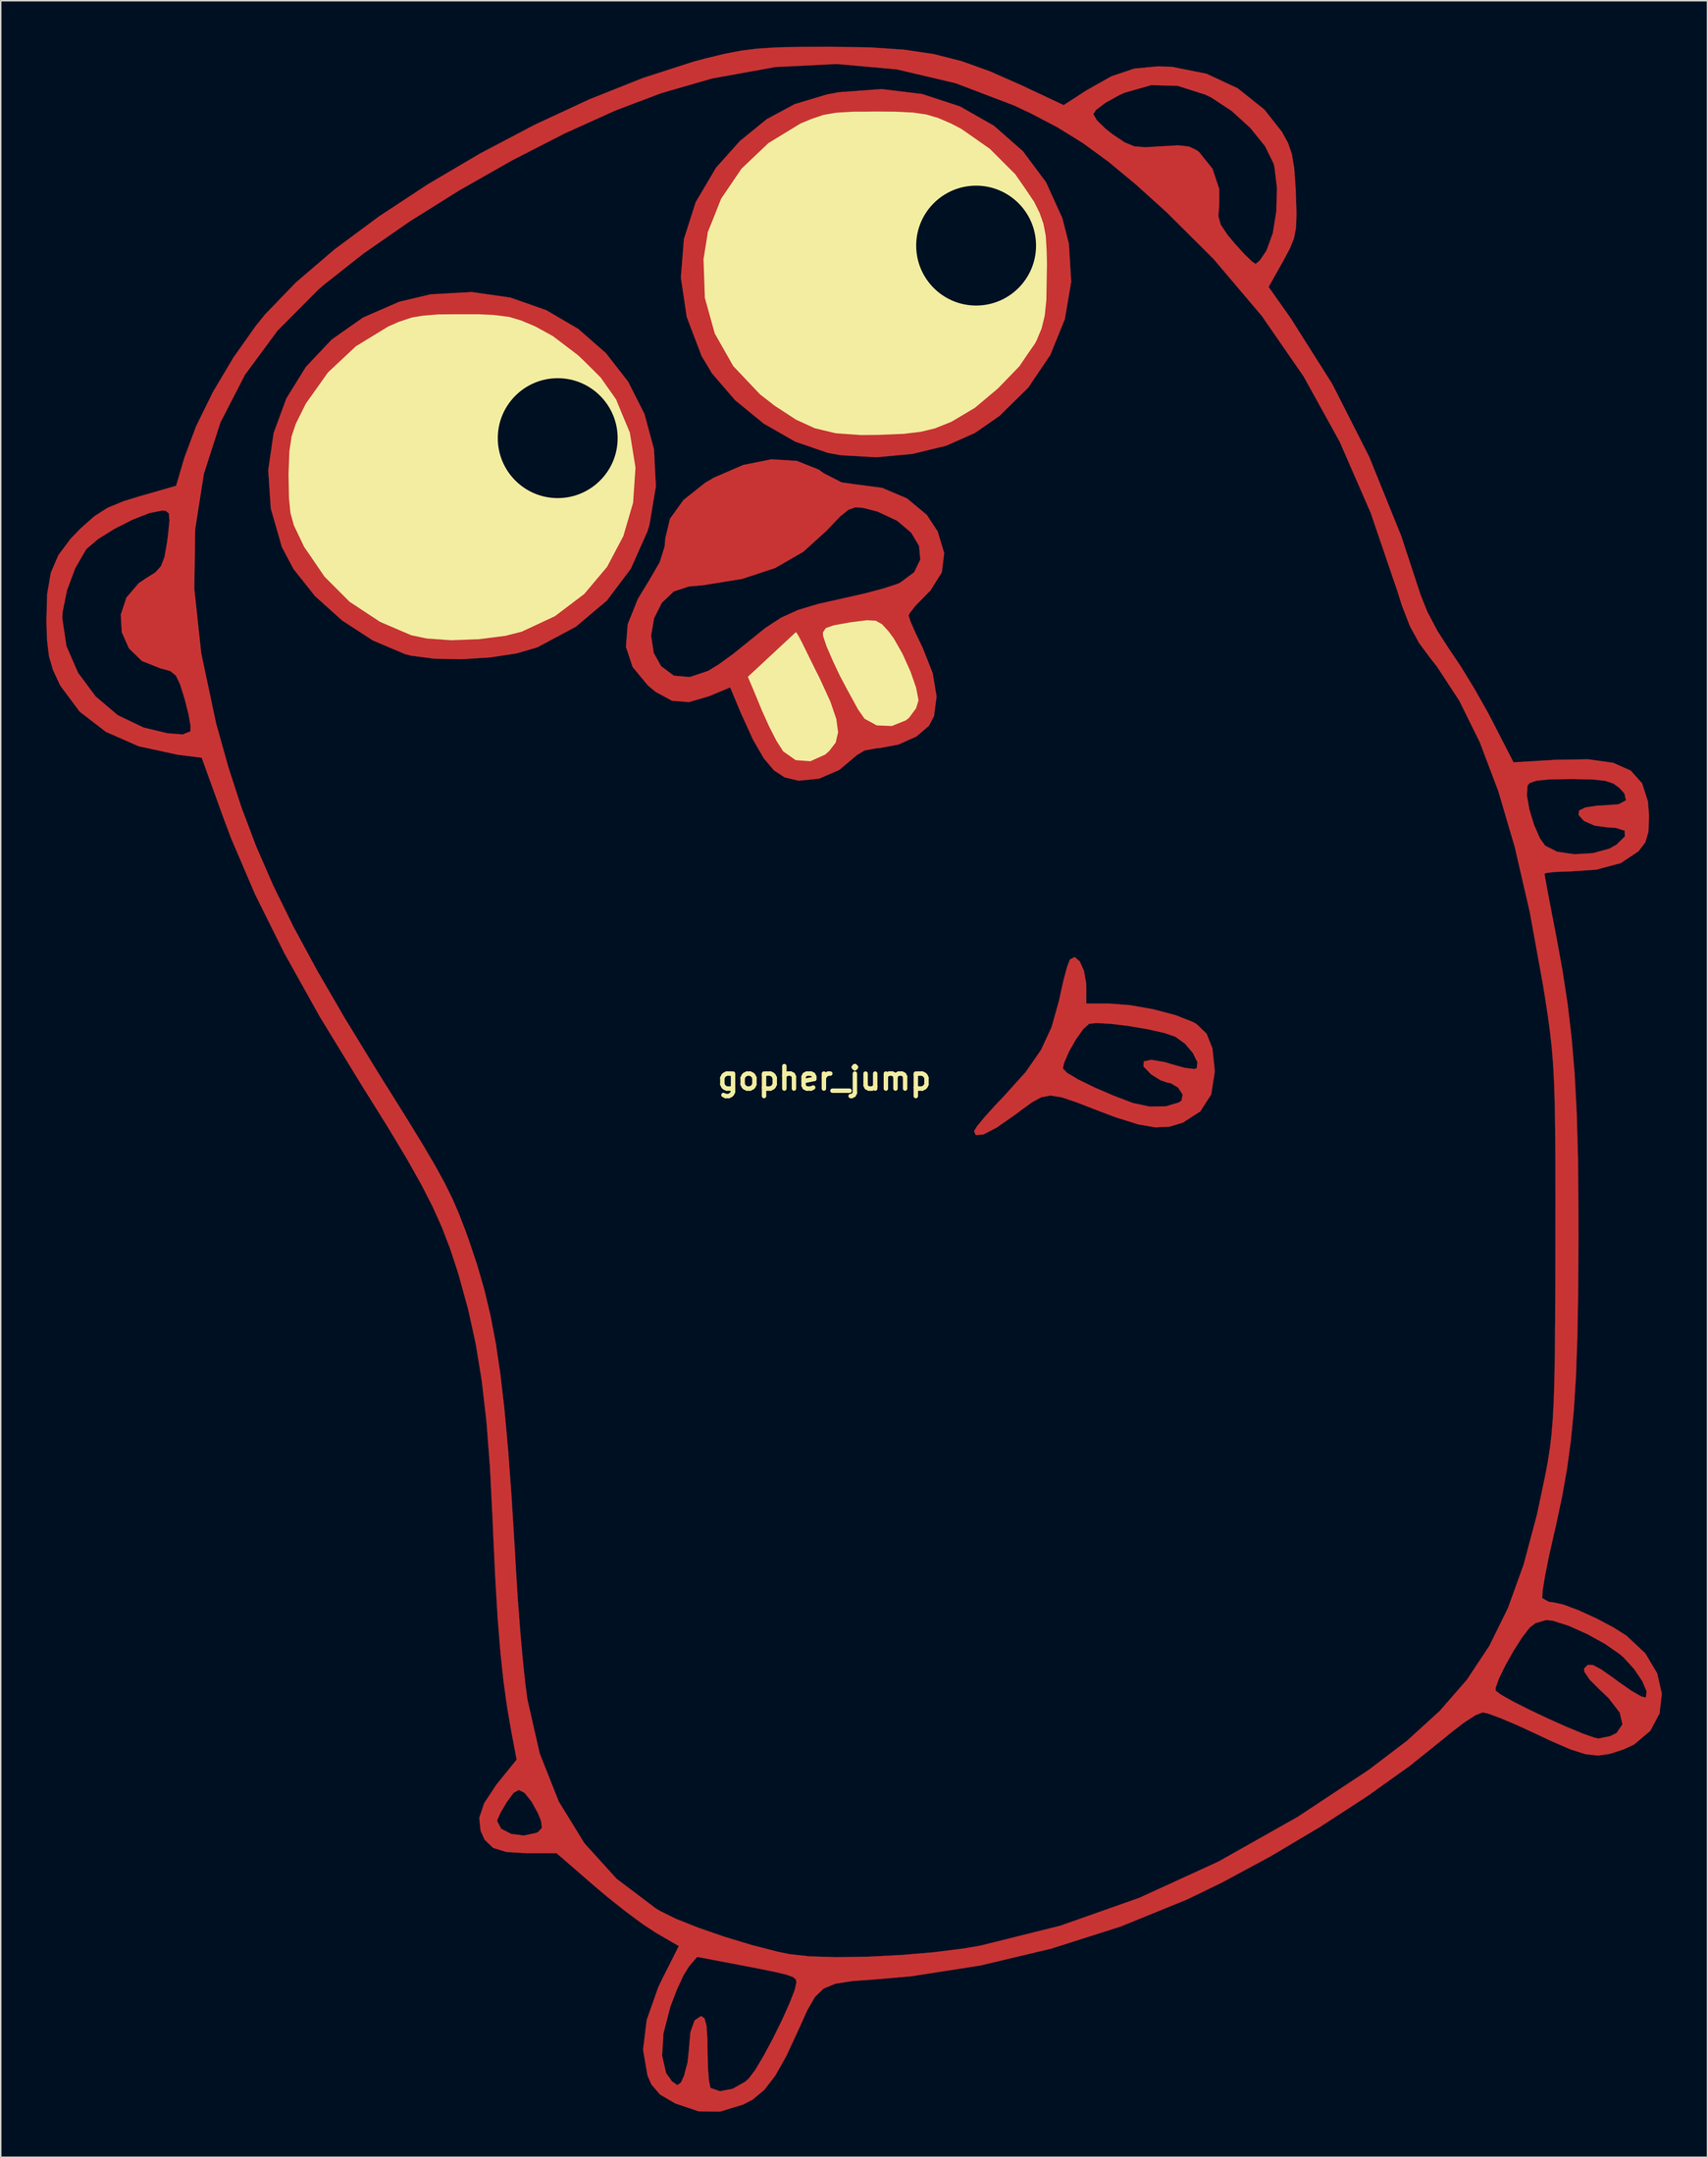
<source format=kicad_pcb>
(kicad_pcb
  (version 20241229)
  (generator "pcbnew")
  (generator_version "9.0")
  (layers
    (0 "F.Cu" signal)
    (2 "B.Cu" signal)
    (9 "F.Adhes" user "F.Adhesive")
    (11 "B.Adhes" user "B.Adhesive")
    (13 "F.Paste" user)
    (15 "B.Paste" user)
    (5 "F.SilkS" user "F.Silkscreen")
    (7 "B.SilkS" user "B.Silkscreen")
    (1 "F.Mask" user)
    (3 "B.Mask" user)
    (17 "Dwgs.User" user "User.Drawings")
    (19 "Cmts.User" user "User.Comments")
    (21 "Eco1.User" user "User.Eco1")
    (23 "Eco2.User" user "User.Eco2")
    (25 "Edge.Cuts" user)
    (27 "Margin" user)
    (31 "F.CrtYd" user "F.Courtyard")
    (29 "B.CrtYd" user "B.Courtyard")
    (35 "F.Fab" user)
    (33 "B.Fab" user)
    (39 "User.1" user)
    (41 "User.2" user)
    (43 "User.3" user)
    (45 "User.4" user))
  (footprint "gopher_jump"
    (layer "F.Cu")
    (at 52.93 70.15)
    (property "Reference" "gopher_jump" (at 0 0 0) (layer "F.SilkS") (effects (font (size 1.524 1.524) (thickness 0.3))))
    (attr through_hole)
    (fp_poly (pts (xy -21.318 -52.999) (xy -18.888 -52.144) (xy -16.711 -50.869) (xy -14.84 -49.231) (xy -13.325 -47.287) (xy -12.219 -45.095) (xy -11.575 -42.71) (xy -11.445 -40.191) (xy -11.879 -37.593) (xy -12.02 -37.126) (xy -13.147 -34.597) (xy -14.771 -32.438) (xy -16.881 -30.66) (xy -19.466 -29.276) (xy -19.526 -29.251) (xy -20.921 -28.846) (xy -22.701 -28.577) (xy -24.637 -28.454) (xy -26.502 -28.49) (xy -28.067 -28.694) (xy -28.484 -28.803) (xy -30.665 -29.73) (xy -32.747 -31.083) (xy -34.589 -32.738) (xy -36.049 -34.575) (xy -36.84 -36.073) (xy -37.592 -38.691) (xy -37.731 -40.783) (xy -36.354 -40.783) (xy -36.331 -39.411) (xy -36.229 -38.412) (xy -35.999 -37.562) (xy -35.59 -36.639) (xy -35.312 -36.096) (xy -33.961 -34.081) (xy -32.213 -32.349) (xy -30.19 -30.992) (xy -28.012 -30.101) (xy -27.013 -29.875) (xy -25.359 -29.748) (xy -23.458 -29.825) (xy -21.63 -30.081) (xy -20.562 -30.356) (xy -18.271 -31.415) (xy -16.337 -32.905) (xy -14.794 -34.74) (xy -13.678 -36.835) (xy -13.023 -39.104) (xy -12.866 -41.462) (xy -13.241 -43.825) (xy -14.116 -45.986) (xy -15.214 -47.545) (xy -16.727 -49.064) (xy -18.455 -50.361) (xy -19.674 -51.034) (xy -20.58 -51.419) (xy -21.404 -51.66) (xy -22.344 -51.789) (xy -23.6 -51.84) (xy -24.606 -51.846) (xy -26.144 -51.828) (xy -27.248 -51.752) (xy -28.119 -51.584) (xy -28.956 -51.29) (xy -29.604 -51.004) (xy -31.797 -49.675) (xy -33.701 -47.894) (xy -35.183 -45.786) (xy -35.375 -45.422) (xy -35.863 -44.383) (xy -36.157 -43.501) (xy -36.303 -42.55) (xy -36.351 -41.304) (xy -36.354 -40.783) (xy -37.731 -40.783) (xy -37.765 -41.29) (xy -37.399 -43.802) (xy -36.532 -46.16) (xy -35.206 -48.298) (xy -33.458 -50.149) (xy -31.329 -51.645) (xy -28.858 -52.721) (xy -26.729 -53.222) (xy -23.949 -53.377) (xy -21.318 -52.999)) (stroke (width 0.01) (type solid)) (fill yes) (layer "F.Cu"))
    (fp_poly (pts (xy 6.638 -66.817) (xy 9.205 -65.974) (xy 11.506 -64.666) (xy 13.475 -62.937) (xy 15.048 -60.828) (xy 16.158 -58.383) (xy 16.598 -56.653) (xy 16.756 -54.075) (xy 16.322 -51.534) (xy 15.339 -49.114) (xy 13.846 -46.898) (xy 11.887 -44.971) (xy 10.223 -43.815) (xy 8.278 -42.949) (xy 5.976 -42.389) (xy 3.525 -42.163) (xy 1.13 -42.298) (xy 0.237 -42.459) (xy -1.976 -43.22) (xy -4.128 -44.452) (xy -6.064 -46.036) (xy -7.628 -47.852) (xy -8.335 -49.026) (xy -9.347 -51.684) (xy -9.745 -54.35) (xy -9.644 -55.641) (xy -8.189 -55.641) (xy -8.094 -52.972) (xy -7.422 -50.55) (xy -6.171 -48.375) (xy -4.342 -46.445) (xy -3.326 -45.654) (xy -1.922 -44.746) (xy -0.619 -44.156) (xy 0.782 -43.828) (xy 2.479 -43.709) (xy 3.821 -43.718) (xy 5.396 -43.784) (xy 6.553 -43.918) (xy 7.511 -44.159) (xy 8.485 -44.548) (xy 8.618 -44.609) (xy 10.212 -45.558) (xy 11.81 -46.877) (xy 13.222 -48.383) (xy 14.258 -49.894) (xy 14.377 -50.127) (xy 14.71 -50.928) (xy 14.92 -51.78) (xy 15.032 -52.854) (xy 15.072 -54.319) (xy 15.074 -54.685) (xy 15.061 -56.163) (xy 14.992 -57.221) (xy 14.836 -58.034) (xy 14.561 -58.779) (xy 14.218 -59.476) (xy 12.947 -61.347) (xy 11.238 -63.056) (xy 9.287 -64.418) (xy 8.585 -64.778) (xy 7.708 -65.154) (xy 6.913 -65.393) (xy 6.013 -65.525) (xy 4.819 -65.582) (xy 3.493 -65.592) (xy 1.922 -65.576) (xy 0.797 -65.509) (xy -0.07 -65.359) (xy -0.868 -65.097) (xy -1.627 -64.766) (xy -3.789 -63.452) (xy -5.606 -61.715) (xy -6.999 -59.663) (xy -7.893 -57.402) (xy -8.189 -55.641) (xy -9.644 -55.641) (xy -9.54 -56.967) (xy -8.741 -59.475) (xy -7.359 -61.817) (xy -5.735 -63.63) (xy -3.914 -65.112) (xy -2.027 -66.126) (xy 0.151 -66.783) (xy 0.963 -66.938) (xy 3.869 -67.153) (xy 6.638 -66.817)) (stroke (width 0.01) (type solid)) (fill yes) (layer "F.Cu"))
    (fp_poly (pts (xy 17.337 -7.939) (xy 17.621 -7.305) (xy 17.772 -6.462) (xy 17.78 -6.218) (xy 17.78 -5.08) (xy 19.301 -5.08) (xy 20.734 -4.974) (xy 22.324 -4.694) (xy 23.831 -4.296) (xy 25.011 -3.835) (xy 25.253 -3.7) (xy 25.945 -3.041) (xy 26.346 -2.041) (xy 26.496 -0.593) (xy 26.499 -0.419) (xy 26.263 1.091) (xy 25.521 2.24) (xy 24.343 2.999) (xy 23.438 3.276) (xy 22.469 3.322) (xy 21.301 3.119) (xy 19.799 2.648) (xy 18.63 2.208) (xy 17.15 1.634) (xy 16.107 1.283) (xy 15.349 1.163) (xy 14.723 1.277) (xy 14.076 1.633) (xy 13.253 2.236) (xy 13.014 2.416) (xy 11.717 3.325) (xy 10.8 3.804) (xy 10.281 3.848) (xy 10.16 3.587) (xy 10.362 3.25) (xy 10.906 2.592) (xy 11.694 1.725) (xy 12.189 1.208) (xy 13.659 -0.423) (xy 13.834 -0.674) (xy 16.192 -0.674) (xy 16.468 -0.383) (xy 17.213 0.062) (xy 18.303 0.598) (xy 19.615 1.164) (xy 20.933 1.668) (xy 22.06 1.909) (xy 23.184 1.895) (xy 24.056 1.64) (xy 24.249 1.501) (xy 24.321 1.093) (xy 24.015 0.623) (xy 23.508 0.322) (xy 23.333 0.299) (xy 22.814 0.123) (xy 22.181 -0.278) (xy 21.662 -0.815) (xy 21.688 -1.154) (xy 22.192 -1.262) (xy 23.109 -1.106) (xy 23.56 -0.968) (xy 24.46 -0.718) (xy 25.105 -0.638) (xy 25.277 -0.681) (xy 25.328 -1.1) (xy 25.021 -1.721) (xy 24.48 -2.359) (xy 23.83 -2.828) (xy 23.824 -2.831) (xy 23.068 -3.087) (xy 21.956 -3.337) (xy 20.689 -3.553) (xy 19.464 -3.703) (xy 18.481 -3.759) (xy 17.977 -3.708) (xy 17.578 -3.353) (xy 17.077 -2.65) (xy 16.6 -1.811) (xy 16.27 -1.046) (xy 16.192 -0.674) (xy 13.834 -0.674) (xy 14.7 -1.919) (xy 15.421 -3.468) (xy 15.926 -5.261) (xy 15.997 -5.598) (xy 16.242 -6.693) (xy 16.482 -7.578) (xy 16.668 -8.066) (xy 16.672 -8.074) (xy 16.995 -8.238) (xy 17.337 -7.939)) (stroke (width 0.01) (type solid)) (fill yes) (layer "F.Cu"))
    (fp_poly (pts (xy -1.874 -41.916) (xy -0.397 -41.327) (xy -0.043 -41.076) (xy 1.163 -40.457) (xy 1.983 -40.341) (xy 3.911 -40.087) (xy 5.606 -39.368) (xy 6.95 -38.25) (xy 7.689 -37.126) (xy 8.131 -35.662) (xy 7.974 -34.355) (xy 7.203 -33.127) (xy 6.811 -32.727) (xy 6.171 -32.071) (xy 5.776 -31.563) (xy 5.715 -31.413) (xy 5.843 -31.019) (xy 6.178 -30.251) (xy 6.649 -29.273) (xy 6.667 -29.237) (xy 7.353 -27.5) (xy 7.614 -25.922) (xy 7.442 -24.601) (xy 7.102 -23.941) (xy 6.249 -23.211) (xy 5.033 -22.665) (xy 3.723 -22.416) (xy 3.542 -22.412) (xy 2.728 -22.261) (xy 2.21 -21.95) (xy 1.014 -20.943) (xy -0.36 -20.347) (xy -1.752 -20.21) (xy -2.699 -20.434) (xy -3.42 -20.902) (xy -4.121 -21.732) (xy -4.85 -22.996) (xy -5.658 -24.769) (xy -5.692 -24.85) (xy -6.4 -26.541) (xy -7.832 -25.945) (xy -9.191 -25.545) (xy -10.342 -25.632) (xy -11.459 -26.236) (xy -11.992 -26.68) (xy -13.021 -27.924) (xy -13.476 -29.295) (xy -13.417 -30.05) (xy -11.769 -30.05) (xy -11.59 -28.875) (xy -11.089 -27.98) (xy -10.225 -27.336) (xy -9.149 -27.241) (xy -9.1 -27.257) (xy -5.163 -27.257) (xy -4.261 -25.094) (xy -3.745 -23.946) (xy -3.223 -22.936) (xy -2.802 -22.265) (xy -2.768 -22.223) (xy -1.928 -21.632) (xy -0.94 -21.563) (xy 0.039 -22.015) (xy 0.306 -22.251) (xy 0.725 -22.819) (xy 0.885 -23.497) (xy 0.771 -24.379) (xy 0.366 -25.557) (xy -0.346 -27.127) (xy -0.623 -27.688) (xy -1.907 -30.267) (xy -0.064 -30.267) (xy -0.05 -30.032) (xy 0.167 -29.368) (xy 0.599 -28.368) (xy 1.158 -27.204) (xy 1.756 -26.052) (xy 2.307 -25.086) (xy 2.722 -24.481) (xy 2.757 -24.443) (xy 3.571 -23.996) (xy 4.577 -23.964) (xy 5.516 -24.341) (xy 5.715 -24.504) (xy 6.19 -25.15) (xy 6.35 -25.688) (xy 6.199 -26.506) (xy 5.807 -27.615) (xy 5.271 -28.797) (xy 4.684 -29.834) (xy 4.335 -30.311) (xy 3.888 -30.794) (xy 3.473 -31.027) (xy 2.881 -31.059) (xy 1.903 -30.937) (xy 1.714 -30.909) (xy 0.666 -30.726) (xy 0.118 -30.534) (xy -0.064 -30.267) (xy -1.907 -30.267) (xy -1.925 -30.304) (xy -5.163 -27.257) (xy -9.1 -27.257) (xy -7.909 -27.655) (xy -7.189 -28.093) (xy -6.223 -28.791) (xy -5.239 -29.584) (xy -4.023 -30.566) (xy -2.945 -31.271) (xy -1.812 -31.788) (xy -0.431 -32.206) (xy 1.326 -32.599) (xy 2.721 -32.914) (xy 3.981 -33.248) (xy 4.902 -33.546) (xy 5.13 -33.642) (xy 6.091 -34.352) (xy 6.51 -35.213) (xy 6.428 -36.14) (xy 5.888 -37.05) (xy 4.929 -37.857) (xy 3.595 -38.478) (xy 2.627 -38.726) (xy 2.103 -38.765) (xy 1.63 -38.601) (xy 1.066 -38.144) (xy 0.268 -37.309) (xy 0.185 -37.217) (xy -1.442 -35.741) (xy -3.334 -34.65) (xy -5.584 -33.905) (xy -8.285 -33.47) (xy -9.197 -33.394) (xy -10.231 -33.054) (xy -11.039 -32.286) (xy -11.568 -31.236) (xy -11.769 -30.05) (xy -13.417 -30.05) (xy -13.356 -30.827) (xy -12.662 -32.555) (xy -11.923 -33.767) (xy -11.185 -35.033) (xy -10.847 -36.113) (xy -10.803 -36.67) (xy -10.484 -37.992) (xy -9.57 -39.261) (xy -8.101 -40.426) (xy -7.497 -40.781) (xy -5.509 -41.64) (xy -3.607 -42.02) (xy -1.874 -41.916)) (stroke (width 0.01) (type solid)) (fill yes) (layer "F.Cu"))
    (fp_poly (pts (xy 3.095 -69.983) (xy 5.41 -69.827) (xy 7.426 -69.527) (xy 9.31 -69.049) (xy 11.228 -68.361) (xy 13.346 -67.427) (xy 13.412 -67.397) (xy 16.245 -66.064) (xy 17.806 -67.075) (xy 19.481 -68.019) (xy 21.022 -68.539) (xy 22.661 -68.697) (xy 23.635 -68.657) (xy 25.944 -68.193) (xy 28.062 -67.206) (xy 29.869 -65.766) (xy 31.06 -64.256) (xy 31.474 -63.505) (xy 31.74 -62.739) (xy 31.899 -61.778) (xy 31.993 -60.44) (xy 32.01 -60.073) (xy 32.052 -58.715) (xy 32.023 -57.765) (xy 31.886 -57.035) (xy 31.606 -56.336) (xy 31.147 -55.48) (xy 31.144 -55.474) (xy 30.16 -53.723) (xy 31.665 -51.592) (xy 34.481 -47.138) (xy 36.989 -42.198) (xy 39.166 -36.816) (xy 40.486 -32.802) (xy 40.937 -31.678) (xy 41.63 -30.363) (xy 42.417 -29.141) (xy 42.43 -29.123) (xy 43.219 -27.951) (xy 44.119 -26.479) (xy 44.984 -24.952) (xy 45.326 -24.304) (xy 46.791 -21.453) (xy 49.669 -21.628) (xy 51.877 -21.658) (xy 53.554 -21.423) (xy 54.75 -20.891) (xy 55.519 -20.032) (xy 55.913 -18.812) (xy 55.992 -17.817) (xy 55.951 -16.741) (xy 55.739 -16.023) (xy 55.286 -15.431) (xy 55.258 -15.403) (xy 54.07 -14.616) (xy 52.399 -14.168) (xy 50.562 -14.046) (xy 49.63 -14.018) (xy 49.025 -13.948) (xy 48.895 -13.886) (xy 48.949 -13.55) (xy 49.099 -12.738) (xy 49.321 -11.566) (xy 49.596 -10.145) (xy 49.668 -9.777) (xy 50.108 -7.373) (xy 50.462 -5.063) (xy 50.736 -2.743) (xy 50.94 -0.31) (xy 51.08 2.343) (xy 51.164 5.32) (xy 51.199 8.724) (xy 51.201 11.056) (xy 51.178 14.575) (xy 51.124 17.59) (xy 51.03 20.193) (xy 50.888 22.478) (xy 50.69 24.537) (xy 50.428 26.465) (xy 50.095 28.353) (xy 49.683 30.295) (xy 49.513 31.027) (xy 49.181 32.503) (xy 48.928 33.773) (xy 48.773 34.723) (xy 48.739 35.237) (xy 48.752 35.285) (xy 49.19 35.528) (xy 49.469 35.563) (xy 50.17 35.714) (xy 51.214 36.106) (xy 52.411 36.651) (xy 53.572 37.266) (xy 54.452 37.822) (xy 55.737 39.024) (xy 56.54 40.371) (xy 56.862 41.764) (xy 56.707 43.102) (xy 56.076 44.286) (xy 54.972 45.216) (xy 54.28 45.54) (xy 53.35 45.845) (xy 52.529 45.963) (xy 51.674 45.869) (xy 50.637 45.537) (xy 49.272 44.944) (xy 48.387 44.525) (xy 47.068 43.915) (xy 45.913 43.425) (xy 45.064 43.113) (xy 44.703 43.031) (xy 44.209 43.224) (xy 43.415 43.736) (xy 42.472 44.466) (xy 42.235 44.667) (xy 39.759 46.654) (xy 36.839 48.738) (xy 33.631 50.821) (xy 30.291 52.805) (xy 26.976 54.592) (xy 24.606 55.741) (xy 20.125 57.565) (xy 15.392 59.072) (xy 10.584 60.214) (xy 5.883 60.947) (xy 3.539 61.151) (xy 1.894 61.27) (xy 0.743 61.45) (xy -0.057 61.78) (xy -0.646 62.351) (xy -1.165 63.25) (xy -1.713 64.47) (xy -2.57 66.326) (xy -3.338 67.692) (xy -4.084 68.658) (xy -4.874 69.315) (xy -5.507 69.647) (xy -7.085 70.13) (xy -8.538 70.113) (xy -10.089 69.59) (xy -10.172 69.551) (xy -11.158 68.977) (xy -11.74 68.303) (xy -12.013 67.684) (xy -12.242 66.338) (xy -11.023 66.338) (xy -10.751 67.515) (xy -10.356 68.075) (xy -9.987 68.336) (xy -9.737 68.153) (xy -9.538 67.716) (xy -9.291 66.79) (xy -9.203 65.946) (xy -9.098 64.735) (xy -8.816 63.942) (xy -8.388 63.65) (xy -8.377 63.649) (xy -8.145 63.796) (xy -8.007 64.298) (xy -7.945 65.251) (xy -7.938 65.99) (xy -7.912 67.121) (xy -7.845 68.008) (xy -7.75 68.493) (xy -7.726 68.53) (xy -7.091 68.748) (xy -6.236 68.586) (xy -5.376 68.1) (xy -5.128 67.877) (xy -4.694 67.296) (xy -4.127 66.346) (xy -3.501 65.178) (xy -2.891 63.943) (xy -2.372 62.79) (xy -2.016 61.869) (xy -1.899 61.354) (xy -1.94 61.163) (xy -2.124 61.004) (xy -2.55 60.846) (xy -3.321 60.659) (xy -4.538 60.412) (xy -5.828 60.164) (xy -8.64 59.629) (xy -9.194 60.273) (xy -9.566 60.874) (xy -10.017 61.846) (xy -10.453 62.981) (xy -10.471 63.034) (xy -10.93 64.815) (xy -11.023 66.338) (xy -12.242 66.338) (xy -12.313 65.925) (xy -12.067 63.914) (xy -11.284 61.693) (xy -10.995 61.091) (xy -9.887 58.894) (xy -11.436 57.997) (xy -12.333 57.407) (xy -13.509 56.537) (xy -14.784 55.522) (xy -15.585 54.846) (xy -18.185 52.593) (xy -20.182 52.593) (xy -21.583 52.513) (xy -22.501 52.228) (xy -23.072 51.675) (xy -23.344 51.075) (xy -23.414 50.402) (xy -22.225 50.402) (xy -21.951 50.933) (xy -21.271 51.283) (xy -20.404 51.395) (xy -19.565 51.212) (xy -19.423 51.138) (xy -19.182 50.867) (xy -19.243 50.393) (xy -19.454 49.872) (xy -19.89 49.082) (xy -20.354 48.509) (xy -20.397 48.473) (xy -20.765 48.299) (xy -21.114 48.502) (xy -21.557 49.106) (xy -21.983 49.82) (xy -22.212 50.329) (xy -22.225 50.402) (xy -23.414 50.402) (xy -23.436 50.193) (xy -23.102 49.197) (xy -22.303 47.983) (xy -22.038 47.648) (xy -20.898 46.242) (xy -21.245 44.412) (xy -21.544 42.686) (xy -21.795 40.878) (xy -22.006 38.891) (xy -22.187 36.626) (xy -22.346 33.986) (xy -22.492 30.87) (xy -22.527 30.013) (xy -22.708 26.4) (xy -22.949 23.271) (xy -23.267 20.514) (xy -23.676 18.015) (xy -24.194 15.663) (xy -24.835 13.344) (xy -24.941 12.999) (xy -25.428 11.528) (xy -25.964 10.131) (xy -26.599 8.715) (xy -27.38 7.188) (xy -28.355 5.456) (xy -29.571 3.429) (xy -31.077 1.013) (xy -31.433 0.448) (xy -34.271 -4.2) (xy -36.672 -8.5) (xy -38.666 -12.511) (xy -40.284 -16.291) (xy -40.806 -17.681) (xy -42.283 -21.765) (xy -43.922 -21.973) (xy -46.565 -22.545) (xy -48.791 -23.525) (xy -50.569 -24.894) (xy -51.866 -26.634) (xy -51.938 -26.769) (xy -52.386 -27.738) (xy -52.653 -28.659) (xy -52.786 -29.757) (xy -52.828 -31.015) (xy -52.822 -31.234) (xy -51.753 -31.234) (xy -51.469 -29.346) (xy -50.682 -27.535) (xy -49.487 -25.928) (xy -47.977 -24.649) (xy -46.248 -23.824) (xy -46.152 -23.796) (xy -44.622 -23.428) (xy -43.58 -23.346) (xy -43.058 -23.551) (xy -43.052 -23.561) (xy -43.044 -23.959) (xy -43.186 -24.754) (xy -43.431 -25.715) (xy -43.749 -26.744) (xy -44.035 -27.338) (xy -44.404 -27.644) (xy -44.972 -27.808) (xy -45.081 -27.83) (xy -46.344 -28.333) (xy -47.228 -29.197) (xy -47.712 -30.29) (xy -47.776 -31.48) (xy -47.397 -32.634) (xy -46.892 -33.226) (xy -42.787 -33.226) (xy -42.318 -28.865) (xy -41.325 -24.179) (xy -41.272 -23.976) (xy -40.468 -21.108) (xy -39.586 -18.395) (xy -38.585 -15.749) (xy -37.424 -13.083) (xy -36.062 -10.309) (xy -34.456 -7.34) (xy -32.568 -4.089) (xy -30.354 -0.469) (xy -29.678 0.61) (xy -28.336 2.756) (xy -27.275 4.488) (xy -26.443 5.902) (xy -25.79 7.093) (xy -25.265 8.157) (xy -24.816 9.19) (xy -24.394 10.287) (xy -24.142 10.986) (xy -23.578 12.669) (xy -23.092 14.349) (xy -22.675 16.098) (xy -22.315 17.987) (xy -22.003 20.09) (xy -21.727 22.479) (xy -21.478 25.226) (xy -21.245 28.403) (xy -21.018 32.084) (xy -20.949 33.319) (xy -20.819 35.385) (xy -20.66 37.467) (xy -20.488 39.407) (xy -20.315 41.05) (xy -20.168 42.158) (xy -19.332 45.826) (xy -18.042 49.079) (xy -16.301 51.914) (xy -14.109 54.331) (xy -11.466 56.327) (xy -11.159 56.514) (xy -10.072 57.051) (xy -8.548 57.656) (xy -6.77 58.27) (xy -4.919 58.83) (xy -3.179 59.277) (xy -2.381 59.443) (xy -1.012 59.595) (xy 0.819 59.651) (xy 2.947 59.618) (xy 5.21 59.503) (xy 7.444 59.314) (xy 9.484 59.057) (xy 10.595 58.865) (xy 16.013 57.515) (xy 21.39 55.618) (xy 26.752 53.162) (xy 32.126 50.134) (xy 36.968 46.93) (xy 39.581 44.942) (xy 41.781 42.936) (xy 42.981 41.558) (xy 45.575 41.558) (xy 45.962 41.847) (xy 46.784 42.306) (xy 47.894 42.866) (xy 49.146 43.459) (xy 50.393 44.016) (xy 51.488 44.47) (xy 52.283 44.751) (xy 52.565 44.808) (xy 53.359 44.646) (xy 53.794 44.427) (xy 54.19 43.843) (xy 54.004 43.048) (xy 53.245 42.06) (xy 52.632 41.481) (xy 51.97 40.817) (xy 51.603 40.279) (xy 51.581 40.061) (xy 51.827 39.815) (xy 52.174 39.817) (xy 52.738 40.111) (xy 53.635 40.742) (xy 53.948 40.975) (xy 54.805 41.574) (xy 55.464 41.953) (xy 55.778 42.031) (xy 55.828 41.602) (xy 55.529 40.901) (xy 54.975 40.082) (xy 54.26 39.302) (xy 54.036 39.105) (xy 53.017 38.392) (xy 51.782 37.71) (xy 50.532 37.153) (xy 49.468 36.816) (xy 49.024 36.758) (xy 48.288 36.973) (xy 47.886 37.278) (xy 47.365 37.957) (xy 46.789 38.86) (xy 46.244 39.829) (xy 45.812 40.709) (xy 45.579 41.346) (xy 45.575 41.558) (xy 42.981 41.558) (xy 43.62 40.824) (xy 45.148 38.522) (xy 46.417 35.944) (xy 47.477 33.005) (xy 48.381 29.617) (xy 48.956 26.894) (xy 49.124 25.983) (xy 49.261 25.102) (xy 49.371 24.181) (xy 49.456 23.149) (xy 49.521 21.933) (xy 49.568 20.464) (xy 49.599 18.669) (xy 49.619 16.478) (xy 49.63 13.82) (xy 49.635 11.206) (xy 49.638 8.15) (xy 49.634 5.612) (xy 49.62 3.514) (xy 49.593 1.777) (xy 49.548 0.322) (xy 49.482 -0.93) (xy 49.392 -2.058) (xy 49.272 -3.141) (xy 49.12 -4.258) (xy 48.931 -5.487) (xy 48.791 -6.358) (xy 47.892 -11.305) (xy 46.881 -15.684) (xy 45.841 -19.218) (xy 47.697 -19.218) (xy 47.867 -18.251) (xy 48.187 -17.198) (xy 48.589 -16.286) (xy 48.937 -15.798) (xy 49.756 -15.385) (xy 50.916 -15.216) (xy 52.179 -15.288) (xy 53.308 -15.598) (xy 53.776 -15.862) (xy 54.357 -16.429) (xy 54.335 -16.816) (xy 53.713 -17.011) (xy 53.223 -17.033) (xy 52.301 -17.159) (xy 51.575 -17.475) (xy 51.205 -17.886) (xy 51.246 -18.183) (xy 51.678 -18.394) (xy 52.495 -18.515) (xy 52.864 -18.527) (xy 53.943 -18.612) (xy 54.425 -18.877) (xy 54.324 -19.336) (xy 53.987 -19.711) (xy 53.569 -20.017) (xy 53.009 -20.202) (xy 52.15 -20.293) (xy 50.834 -20.32) (xy 50.631 -20.32) (xy 49.232 -20.296) (xy 48.354 -20.211) (xy 47.887 -20.05) (xy 47.741 -19.875) (xy 47.697 -19.218) (xy 45.841 -19.218) (xy 45.752 -19.518) (xy 44.496 -22.831) (xy 43.106 -25.643) (xy 41.575 -27.979) (xy 41.169 -28.49) (xy 40.378 -29.557) (xy 39.762 -30.685) (xy 39.22 -32.079) (xy 38.898 -33.094) (xy 37.092 -38.392) (xy 34.987 -43.218) (xy 32.538 -47.648) (xy 29.696 -51.76) (xy 26.416 -55.628) (xy 23.241 -58.789) (xy 21.125 -60.698) (xy 19.273 -62.233) (xy 17.553 -63.487) (xy 15.833 -64.553) (xy 14.106 -65.458) (xy 18.256 -65.458) (xy 18.492 -65.043) (xy 19.097 -64.452) (xy 19.592 -64.065) (xy 20.393 -63.531) (xy 21.048 -63.265) (xy 21.824 -63.204) (xy 22.852 -63.27) (xy 24.011 -63.333) (xy 24.753 -63.253) (xy 25.283 -62.999) (xy 25.449 -62.87) (xy 26.353 -61.742) (xy 26.812 -60.354) (xy 26.805 -59.242) (xy 26.746 -58.544) (xy 26.905 -57.953) (xy 27.366 -57.262) (xy 27.833 -56.702) (xy 28.51 -55.954) (xy 29.042 -55.44) (xy 29.281 -55.284) (xy 29.564 -55.521) (xy 29.963 -56.108) (xy 30.037 -56.24) (xy 30.45 -57.387) (xy 30.687 -58.869) (xy 30.73 -60.439) (xy 30.56 -61.853) (xy 30.493 -62.116) (xy 29.919 -63.28) (xy 28.92 -64.517) (xy 27.654 -65.669) (xy 26.28 -66.574) (xy 25.876 -66.771) (xy 23.979 -67.376) (xy 22.187 -67.422) (xy 20.381 -66.907) (xy 20.003 -66.734) (xy 19.084 -66.225) (xy 18.452 -65.75) (xy 18.256 -65.458) (xy 14.106 -65.458) (xy 13.98 -65.524) (xy 12.87 -66.044) (xy 8.9 -67.556) (xy 4.899 -68.494) (xy 0.833 -68.858) (xy -3.334 -68.65) (xy -7.635 -67.872) (xy -11.059 -66.885) (xy -14.205 -65.695) (xy -17.634 -64.145) (xy -21.201 -62.318) (xy -24.763 -60.296) (xy -28.175 -58.161) (xy -31.292 -55.997) (xy -33.971 -53.885) (xy -34.377 -53.533) (xy -37.136 -50.758) (xy -39.346 -47.762) (xy -41.012 -44.529) (xy -42.138 -41.04) (xy -42.728 -37.278) (xy -42.787 -33.226) (xy -46.892 -33.226) (xy -46.557 -33.619) (xy -46.049 -33.958) (xy -45.434 -34.343) (xy -45.048 -34.769) (xy -44.808 -35.399) (xy -44.634 -36.395) (xy -44.565 -36.93) (xy -44.471 -37.863) (xy -44.513 -38.348) (xy -44.727 -38.528) (xy -44.962 -38.548) (xy -45.833 -38.374) (xy -46.986 -37.923) (xy -48.214 -37.302) (xy -49.311 -36.616) (xy -50.072 -35.973) (xy -50.156 -35.871) (xy -50.875 -34.626) (xy -51.436 -33.116) (xy -51.731 -31.65) (xy -51.753 -31.234) (xy -52.822 -31.234) (xy -52.778 -32.875) (xy -52.528 -34.319) (xy -52.017 -35.516) (xy -51.182 -36.634) (xy -50.498 -37.338) (xy -49.572 -38.159) (xy -48.682 -38.729) (xy -47.588 -39.18) (xy -46.501 -39.514) (xy -44.022 -40.224) (xy -43.454 -42.15) (xy -42.665 -44.265) (xy -41.521 -46.59) (xy -40.132 -48.927) (xy -38.61 -51.081) (xy -37.972 -51.866) (xy -35.889 -54.024) (xy -33.285 -56.253) (xy -30.262 -58.497) (xy -26.918 -60.697) (xy -23.353 -62.796) (xy -19.667 -64.735) (xy -15.96 -66.457) (xy -12.331 -67.903) (xy -8.88 -69.017) (xy -8.001 -69.251) (xy -6.744 -69.552) (xy -5.634 -69.764) (xy -4.512 -69.903) (xy -3.221 -69.984) (xy -1.6 -70.02) (xy 0.318 -70.028) (xy 3.095 -69.983)) (stroke (width 0.01) (type solid)) (fill yes) (layer "F.Cu"))
    (fp_poly (pts (xy -20.76 48.33) (xy -20.39 48.5) (xy -19.98 49.01) (xy -19.92 49.09) (xy -19.5 49.84) (xy -19.26 50.39) (xy -19.2 50.86) (xy -19.42 51.11) (xy -19.56 51.2) (xy -20.41 51.38) (xy -21.28 51.27) (xy -21.94 50.92) (xy -22.21 50.41) (xy -22.2 50.32) (xy -21.96 49.81) (xy -21.54 49.1) (xy -21.1 48.5)) (stroke (width 0.1) (type solid)) (fill yes) (layer "F.Mask"))
    (fp_poly (pts (xy 47.9 -20.04) (xy 48.35 -20.2) (xy 49.2 -20.28) (xy 50.04 -20.3) (xy 51.39 -20.29) (xy 52.17 -20.29) (xy 53.01 -20.19) (xy 53.56 -20.01) (xy 53.98 -19.7) (xy 54.31 -19.33) (xy 54.41 -18.89) (xy 53.96 -18.63) (xy 53.93 -18.62) (xy 53.28 -18.57) (xy 52.49 -18.53) (xy 51.67 -18.4) (xy 51.24 -18.19) (xy 51.2 -17.89) (xy 51.2 -17.88) (xy 51.57 -17.47) (xy 52.3 -17.15) (xy 53.18 -17.03) (xy 53.23 -17.02) (xy 53.72 -17) (xy 54.32 -16.81) (xy 54.35 -16.43) (xy 53.78 -15.88) (xy 53.3 -15.61) (xy 52.17 -15.3) (xy 50.92 -15.23) (xy 49.75 -15.4) (xy 48.95 -15.81) (xy 48.6 -16.3) (xy 48.2 -17.19) (xy 47.88 -18.27) (xy 47.71 -19.24) (xy 47.75 -19.87)) (stroke (width 0.1) (type solid)) (fill yes) (layer "F.Mask"))
    (fp_poly (pts (xy 17.98 -3.69) (xy 18.48 -3.75) (xy 19.46 -3.69) (xy 20.74 -3.53) (xy 21.95 -3.33) (xy 23.07 -3.08) (xy 23.83 -2.82) (xy 24.47 -2.35) (xy 25.01 -1.72) (xy 25.32 -1.1) (xy 25.27 -0.69) (xy 25.11 -0.65) (xy 24.47 -0.73) (xy 23.85 -0.9) (xy 23.13 -1.11) (xy 22.19 -1.27) (xy 21.68 -1.16) (xy 21.65 -0.81) (xy 22.17 -0.27) (xy 22.81 0.13) (xy 23.33 0.31) (xy 23.51 0.33) (xy 24.01 0.63) (xy 24.31 1.09) (xy 24.31 1.1) (xy 24.26 1.4) (xy 24.24 1.5) (xy 24.05 1.63) (xy 23.18 1.89) (xy 22.08 1.9) (xy 20.94 1.66) (xy 19.61 1.15) (xy 18.69 0.75) (xy 18.32 0.59) (xy 17.73 0.3) (xy 17.32 0.1) (xy 17.21 0.05) (xy 16.48 -0.39) (xy 16.2 -0.68) (xy 16.28 -1.05) (xy 16.61 -1.81) (xy 17.06 -2.6) (xy 17.59 -3.35)) (stroke (width 0.1) (type solid)) (fill yes) (layer "F.Mask"))
    (fp_poly (pts (xy -10.24 -33.04) (xy -9.2 -33.38) (xy -8.27 -33.46) (xy -5.58 -33.9) (xy -5.4 -33.96) (xy -5.34 -33.98) (xy -5.28 -34) (xy -5.12 -34.05) (xy -4.54 -34.24) (xy -4.04 -34.41) (xy -3.52 -34.58) (xy -3.33 -34.64) (xy -1.42 -35.73) (xy 0.1 -37.12) (xy 0.64 -37.67) (xy 1.09 -38.15) (xy 1.64 -38.59) (xy 2.11 -38.76) (xy 2.63 -38.72) (xy 3.59 -38.47) (xy 4.93 -37.85) (xy 5.87 -37.04) (xy 6.41 -36.14) (xy 6.5 -35.22) (xy 6.39 -34.99) (xy 6.08 -34.36) (xy 5.12 -33.66) (xy 4.84 -33.54) (xy 4.53 -33.44) (xy 4.03 -33.28) (xy 2.85 -32.97) (xy 2.67 -32.92) (xy 1.26 -32.6) (xy -0.45 -32.22) (xy -1.8 -31.81) (xy -2.96 -31.28) (xy -4.03 -30.58) (xy -6 -28.99) (xy -6.26 -28.78) (xy -7.15 -28.14) (xy -7.92 -27.66) (xy -9.16 -27.25) (xy -10.22 -27.36) (xy -11.09 -27.99) (xy -11.58 -28.91) (xy -11.75 -30.06) (xy -11.56 -31.23) (xy -11.03 -32.28)) (stroke (width 0.1) (type solid)) (fill yes) (layer "F.Mask"))
    (fp_poly (pts (xy -8.64 59.67) (xy -7.97 59.77) (xy -6.28 60.1) (xy -4.61 60.42) (xy -3.32 60.67) (xy -2.55 60.86) (xy -2.13 61.02) (xy -1.95 61.17) (xy -1.92 61.34) (xy -2.03 61.86) (xy -2.35 62.71) (xy -3.26 64.64) (xy -3.52 65.18) (xy -3.82 65.75) (xy -4.12 66.3) (xy -4.22 66.47) (xy -4.53 66.99) (xy -4.63 67.17) (xy -5.12 67.85) (xy -5.38 68.09) (xy -6.23 68.57) (xy -7.09 68.73) (xy -7.72 68.52) (xy -7.83 68.02) (xy -7.89 67.12) (xy -7.92 66.16) (xy -7.93 65.41) (xy -7.96 64.85) (xy -8 64.3) (xy -8.14 63.79) (xy -8.37 63.64) (xy -8.39 63.64) (xy -8.82 63.93) (xy -8.83 63.94) (xy -9.11 64.74) (xy -9.17 65.48) (xy -9.25 66.34) (xy -9.3 66.79) (xy -9.55 67.71) (xy -9.74 68.14) (xy -9.75 68.15) (xy -9.99 68.33) (xy -10.35 68.07) (xy -10.74 67.51) (xy -11.01 66.34) (xy -10.91 64.82) (xy -10.48 63.11) (xy -10 61.85) (xy -9.52 60.83) (xy -9.19 60.29)) (stroke (width 0.1) (type solid)) (fill yes) (layer "F.Mask"))
    (fp_poly (pts (xy 47.9 37.29) (xy 48.29 36.98) (xy 49.02 36.77) (xy 49.47 36.83) (xy 50.51 37.15) (xy 51.56 37.63) (xy 51.8 37.73) (xy 52.99 38.39) (xy 54.03 39.12) (xy 54.24 39.3) (xy 54.96 40.08) (xy 55.52 40.91) (xy 55.81 41.6) (xy 55.77 42.02) (xy 55.47 41.94) (xy 55.13 41.75) (xy 54.81 41.57) (xy 54.68 41.48) (xy 54.61 41.43) (xy 54.51 41.36) (xy 54.27 41.19) (xy 53.96 40.97) (xy 53.62 40.72) (xy 53.34 40.52) (xy 53.02 40.29) (xy 52.75 40.1) (xy 52.32 39.88) (xy 52.18 39.81) (xy 51.83 39.81) (xy 51.82 39.81) (xy 51.57 40.06) (xy 51.59 40.28) (xy 51.96 40.83) (xy 52.79 41.64) (xy 53.24 42.07) (xy 53.99 43.05) (xy 54.18 43.84) (xy 53.79 44.42) (xy 53.36 44.64) (xy 52.57 44.8) (xy 52.28 44.74) (xy 51.57 44.49) (xy 50.42 44.01) (xy 49.41 43.55) (xy 48.82 43.28) (xy 47.99 42.89) (xy 47.41 42.6) (xy 46.79 42.28) (xy 46.05 41.87) (xy 45.91 41.79) (xy 45.59 41.55) (xy 45.59 41.34) (xy 45.82 40.71) (xy 46.27 39.82) (xy 46.79 38.89) (xy 47.12 38.37) (xy 47.39 37.95)) (stroke (width 0.1) (type solid)) (fill yes) (layer "F.Mask"))
    (fp_circle (center -18.11 -43.459) (end -14.37 -41.709) (stroke (width 0.12) (type solid)) (fill no) (layer "F.SilkS"))
    (fp_circle (center 10.3 -56.529) (end 14.04 -54.779) (stroke (width 0.12) (type solid)) (fill no) (layer "F.SilkS"))
    (fp_poly (pts (xy -1.935 -30.23) (xy -1.78 -29.97) (xy -1.59 -29.61) (xy -1.04 -28.49) (xy -0.65 -27.7) (xy -0.42 -27.25) (xy 0.01 -26.32) (xy 0.2 -25.9) (xy 0.36 -25.55) (xy 0.76 -24.38) (xy 0.85 -23.71) (xy 0.88 -23.5) (xy 0.72 -22.82) (xy 0.3 -22.27) (xy 0.02 -22.02) (xy -0.96 -21.58) (xy -1.93 -21.65) (xy -2.76 -22.23) (xy -3.22 -22.95) (xy -3.72 -23.93) (xy -4.18 -24.95) (xy -4.76 -26.35) (xy -5.14 -27.25) (xy -4.685 -27.67)) (stroke (width 0.1) (type solid)) (fill yes) (layer "F.SilkS"))
    (fp_poly (pts (xy -0.05 -30.26) (xy 0.13 -30.53) (xy 0.66 -30.71) (xy 1.5 -30.86) (xy 1.77 -30.91) (xy 2.89 -31.05) (xy 3.47 -31.02) (xy 3.88 -30.79) (xy 4.31 -30.32) (xy 4.66 -29.85) (xy 5.11 -29.06) (xy 5.25 -28.81) (xy 5.34 -28.62) (xy 5.8 -27.59) (xy 6.18 -26.5) (xy 6.33 -25.71) (xy 6.34 -25.68) (xy 6.18 -25.15) (xy 5.71 -24.51) (xy 5.51 -24.35) (xy 4.57 -23.97) (xy 3.57 -24.01) (xy 2.76 -24.45) (xy 2.32 -25.08) (xy 1.56 -26.47) (xy 1.1 -27.34) (xy 0.63 -28.33) (xy 0.28 -29.14) (xy 0.18 -29.37) (xy -0.04 -30.04)) (stroke (width 0.1) (type solid)) (fill yes) (layer "F.SilkS"))
    (fp_poly (pts (xy -27.28 -51.72) (xy -26.21 -51.81) (xy -24.9 -51.82) (xy -23.48 -51.82) (xy -22.44 -51.77) (xy -21.42 -51.64) (xy -20.61 -51.4) (xy -19.66 -51) (xy -18.46 -50.34) (xy -16.88 -49.14) (xy -16.74 -49.03) (xy -16.2 -48.51) (xy -15.23 -47.54) (xy -14.32 -46.25) (xy -14.17 -46.03) (xy -14.67 -45.84) (xy -14.79 -46.01) (xy -15.05 -46.32) (xy -15.45 -46.7) (xy -15.94 -47.05) (xy -16.33 -47.25) (xy -16.81 -47.44) (xy -17.29 -47.57) (xy -17.87 -47.64) (xy -18.15 -47.65) (xy -18.63 -47.62) (xy -19.19 -47.51) (xy -19.83 -47.29) (xy -20.41 -46.96) (xy -20.97 -46.51) (xy -21.44 -46.01) (xy -21.77 -45.49) (xy -21.92 -45.19) (xy -22.09 -44.77) (xy -22.21 -44.36) (xy -22.25 -44.1) (xy -22.27 -43.92) (xy -26.25 -43.84) (xy -30.06 -43.72) (xy -35.42 -43.55) (xy -36.15 -43.51) (xy -35.85 -44.41) (xy -35.21 -45.7) (xy -35.17 -45.78) (xy -33.67 -47.89) (xy -31.78 -49.66) (xy -29.6 -50.99) (xy -28.9 -51.3) (xy -28 -51.6)) (stroke (width 0.1) (type solid)) (fill yes) (layer "F.SilkS"))
    (fp_poly (pts (xy 2.7 -65.57) (xy 3.44 -65.58) (xy 4.82 -65.57) (xy 6.03 -65.51) (xy 6.91 -65.38) (xy 7.72 -65.14) (xy 8.58 -64.77) (xy 9.27 -64.41) (xy 11.2 -63.06) (xy 12.92 -61.34) (xy 13.58 -60.39) (xy 14.2 -59.47) (xy 14.56 -58.74) (xy 14.82 -58.01) (xy 14.97 -57.24) (xy 14.99 -57.06) (xy 14.54 -57.05) (xy 14.46 -57.07) (xy 14.43 -57.22) (xy 14.28 -57.84) (xy 14.11 -58.27) (xy 13.87 -58.73) (xy 13.69 -58.98) (xy 13.49 -59.24) (xy 12.98 -59.75) (xy 12.4 -60.16) (xy 12.02 -60.35) (xy 11.58 -60.52) (xy 11.19 -60.62) (xy 10.55 -60.71) (xy 9.82 -60.68) (xy 9.28 -60.59) (xy 8.91 -60.48) (xy 8.38 -60.25) (xy 8.09 -60.08) (xy 7.75 -59.85) (xy 7.41 -59.56) (xy 7.15 -59.28) (xy 6.91 -58.99) (xy 6.58 -58.45) (xy 6.43 -58.12) (xy 6.27 -57.65) (xy 6.21 -57.39) (xy 6.16 -57.17) (xy 1.68 -57.26) (xy -1.22 -57.31) (xy -5.04 -57.37) (xy -7.88 -57.41) (xy -7.56 -58.2) (xy -6.97 -59.69) (xy -5.59 -61.72) (xy -3.77 -63.45) (xy -1.72 -64.7) (xy -1.58 -64.78) (xy -0.86 -65.08) (xy -0.06 -65.35) (xy 0.81 -65.5) (xy 1.97 -65.57)) (stroke (width 0.1) (type solid)) (fill yes) (layer "F.SilkS"))
    (fp_poly (pts (xy -14.63 -45.82) (xy -14.16 -45.99) (xy -13.74 -44.97) (xy -13.43 -44.23) (xy -13.26 -43.82) (xy -12.88 -41.46) (xy -13.04 -39.09) (xy -13.7 -36.83) (xy -14.8 -34.75) (xy -16.34 -32.92) (xy -18.32 -31.42) (xy -20.57 -30.37) (xy -21.67 -30.09) (xy -23.47 -29.86) (xy -25.35 -29.79) (xy -27 -29.91) (xy -28.04 -30.13) (xy -30.15 -31.03) (xy -32.21 -32.39) (xy -33.91 -34.09) (xy -34.91 -35.56) (xy -35.29 -36.11) (xy -35.98 -37.56) (xy -36.21 -38.4) (xy -36.31 -39.42) (xy -36.34 -41.02) (xy -36.28 -42.57) (xy -36.14 -43.5) (xy -22.29 -43.89) (xy -22.29 -43.22) (xy -22.23 -42.69) (xy -22.06 -42.03) (xy -21.79 -41.47) (xy -21.48 -40.97) (xy -21.26 -40.7) (xy -21.05 -40.48) (xy -20.81 -40.26) (xy -20.53 -40.04) (xy -20.14 -39.8) (xy -19.47 -39.5) (xy -19.05 -39.38) (xy -18.71 -39.32) (xy -18.34 -39.28) (xy -18.01 -39.28) (xy -17.56 -39.31) (xy -17.25 -39.36) (xy -16.93 -39.44) (xy -16.58 -39.56) (xy -16.19 -39.74) (xy -15.96 -39.87) (xy -15.59 -40.12) (xy -15.29 -40.36) (xy -14.93 -40.74) (xy -14.64 -41.11) (xy -14.37 -41.59) (xy -14.22 -41.91) (xy -14.09 -42.3) (xy -13.98 -42.79) (xy -13.93 -43.2) (xy -13.93 -43.73) (xy -14.05 -44.51) (xy -14.24 -45.05) (xy -14.39 -45.39)) (stroke (width 0.1) (type solid)) (fill yes) (layer "F.SilkS"))
    (fp_poly (pts (xy 14.48 -57.02) (xy 14.99 -57.03) (xy 15.04 -56.17) (xy 15.06 -55.29) (xy 15.02 -52.85) (xy 14.91 -51.78) (xy 14.7 -50.92) (xy 14.37 -50.13) (xy 14.25 -49.9) (xy 14.09 -49.67) (xy 13.79 -49.24) (xy 13.45 -48.74) (xy 13.21 -48.38) (xy 11.74 -46.86) (xy 10.19 -45.56) (xy 8.61 -44.62) (xy 7.49 -44.17) (xy 6.54 -43.94) (xy 5.38 -43.8) (xy 3.65 -43.73) (xy 2.48 -43.72) (xy 0.78 -43.84) (xy -0.64 -44.18) (xy -1.91 -44.76) (xy -3.35 -45.7) (xy -4.34 -46.47) (xy -6.15 -48.38) (xy -7.4 -50.58) (xy -8.07 -52.99) (xy -8.16 -55.61) (xy -7.87 -57.41) (xy 6.15 -57.14) (xy 6.12 -56.68) (xy 6.13 -56.14) (xy 6.18 -55.78) (xy 6.26 -55.41) (xy 6.42 -54.95) (xy 6.59 -54.58) (xy 6.82 -54.2) (xy 6.98 -53.97) (xy 7.15 -53.77) (xy 7.48 -53.43) (xy 7.84 -53.14) (xy 8.13 -52.95) (xy 8.36 -52.82) (xy 8.61 -52.7) (xy 9.08 -52.53) (xy 9.32 -52.46) (xy 9.88 -52.36) (xy 10.42 -52.34) (xy 10.82 -52.38) (xy 11.54 -52.53) (xy 12.11 -52.76) (xy 12.62 -53.05) (xy 12.97 -53.31) (xy 13.26 -53.58) (xy 13.54 -53.89) (xy 13.79 -54.22) (xy 14.01 -54.58) (xy 14.17 -54.94) (xy 14.35 -55.47) (xy 14.46 -56) (xy 14.48 -56.48) (xy 14.47 -56.92) (xy 14.46 -57.04)) (stroke (width 0.1) (type solid)) (fill yes) (layer "F.SilkS"))
    (fp_line (start -52.87 -31.26) (end -52.81 -32.85) (stroke (width 0.12) (type solid)) (layer "Eco2.User"))
    (fp_line (start -52.85 -29.81) (end -52.87 -31.26) (stroke (width 0.12) (type solid)) (layer "Eco2.User"))
    (fp_line (start -52.81 -32.85) (end -52.56 -34.34) (stroke (width 0.12) (type solid)) (layer "Eco2.User"))
    (fp_line (start -52.7 -28.65) (end -52.85 -29.81) (stroke (width 0.12) (type solid)) (layer "Eco2.User"))
    (fp_line (start -52.56 -34.34) (end -52.05 -35.56) (stroke (width 0.12) (type solid)) (layer "Eco2.User"))
    (fp_line (start -52.44 -27.72) (end -52.7 -28.65) (stroke (width 0.12) (type solid)) (layer "Eco2.User"))
    (fp_line (start -52.05 -35.56) (end -51.2 -36.67) (stroke (width 0.12) (type solid)) (layer "Eco2.User"))
    (fp_line (start -51.9 -26.58) (end -52.44 -27.72) (stroke (width 0.12) (type solid)) (layer "Eco2.User"))
    (fp_line (start -51.2 -36.67) (end -50.54 -37.35) (stroke (width 0.12) (type solid)) (layer "Eco2.User"))
    (fp_line (start -50.65 -24.9) (end -51.9 -26.58) (stroke (width 0.12) (type solid)) (layer "Eco2.User"))
    (fp_line (start -50.54 -37.35) (end -49.59 -38.2) (stroke (width 0.12) (type solid)) (layer "Eco2.User"))
    (fp_line (start -49.59 -38.2) (end -48.62 -38.82) (stroke (width 0.12) (type solid)) (layer "Eco2.User"))
    (fp_line (start -48.87 -23.49) (end -50.65 -24.9) (stroke (width 0.12) (type solid)) (layer "Eco2.User"))
    (fp_line (start -48.62 -38.82) (end -47.57 -39.23) (stroke (width 0.12) (type solid)) (layer "Eco2.User"))
    (fp_line (start -47.57 -39.23) (end -46.36 -39.6) (stroke (width 0.12) (type solid)) (layer "Eco2.User"))
    (fp_line (start -46.58 -22.49) (end -48.87 -23.49) (stroke (width 0.12) (type solid)) (layer "Eco2.User"))
    (fp_line (start -46.36 -39.6) (end -44.07 -40.27) (stroke (width 0.12) (type solid)) (layer "Eco2.User"))
    (fp_line (start -44.07 -40.27) (end -43.49 -42.23) (stroke (width 0.12) (type solid)) (layer "Eco2.User"))
    (fp_line (start -43.9 -21.93) (end -46.58 -22.49) (stroke (width 0.12) (type solid)) (layer "Eco2.User"))
    (fp_line (start -43.49 -42.23) (end -42.71 -44.3) (stroke (width 0.12) (type solid)) (layer "Eco2.User"))
    (fp_line (start -42.71 -44.3) (end -41.38 -46.97) (stroke (width 0.12) (type solid)) (layer "Eco2.User"))
    (fp_line (start -42.3 -21.73) (end -43.9 -21.93) (stroke (width 0.12) (type solid)) (layer "Eco2.User"))
    (fp_line (start -42.05 -20.92) (end -42.3 -21.73) (stroke (width 0.12) (type solid)) (layer "Eco2.User"))
    (fp_line (start -41.57 -19.65) (end -42.05 -20.92) (stroke (width 0.12) (type solid)) (layer "Eco2.User"))
    (fp_line (start -41.38 -46.97) (end -40.09 -49.09) (stroke (width 0.12) (type solid)) (layer "Eco2.User"))
    (fp_line (start -40.91 -17.87) (end -41.57 -19.65) (stroke (width 0.12) (type solid)) (layer "Eco2.User"))
    (fp_line (start -40.09 -49.09) (end -38.48 -51.38) (stroke (width 0.12) (type solid)) (layer "Eco2.User"))
    (fp_line (start -39.86 -15.2) (end -40.91 -17.87) (stroke (width 0.12) (type solid)) (layer "Eco2.User"))
    (fp_line (start -38.89 -12.9) (end -39.86 -15.2) (stroke (width 0.12) (type solid)) (layer "Eco2.User"))
    (fp_line (start -38.48 -51.38) (end -37.08 -52.87) (stroke (width 0.12) (type solid)) (layer "Eco2.User"))
    (fp_line (start -38.44 -12) (end -38.89 -12.9) (stroke (width 0.12) (type solid)) (layer "Eco2.User"))
    (fp_line (start -37.08 -52.87) (end -35.86 -54.13) (stroke (width 0.12) (type solid)) (layer "Eco2.User"))
    (fp_line (start -36.23 -7.62) (end -38.44 -12) (stroke (width 0.12) (type solid)) (layer "Eco2.User"))
    (fp_line (start -35.86 -54.13) (end -33.36 -56.27) (stroke (width 0.12) (type solid)) (layer "Eco2.User"))
    (fp_line (start -35.35 -6.02) (end -36.23 -7.62) (stroke (width 0.12) (type solid)) (layer "Eco2.User"))
    (fp_line (start -34.4 -4.32) (end -35.35 -6.02) (stroke (width 0.12) (type solid)) (layer "Eco2.User"))
    (fp_line (start -33.51 -2.85) (end -34.4 -4.32) (stroke (width 0.12) (type solid)) (layer "Eco2.User"))
    (fp_line (start -33.36 -56.27) (end -31.99 -57.3) (stroke (width 0.12) (type solid)) (layer "Eco2.User"))
    (fp_line (start -32.69 -1.48) (end -33.51 -2.85) (stroke (width 0.12) (type solid)) (layer "Eco2.User"))
    (fp_line (start -31.99 -57.3) (end -30.29 -58.54) (stroke (width 0.12) (type solid)) (layer "Eco2.User"))
    (fp_line (start -30.29 -58.54) (end -28.38 -59.83) (stroke (width 0.12) (type solid)) (layer "Eco2.User"))
    (fp_line (start -29.72 3.28) (end -32.69 -1.48) (stroke (width 0.12) (type solid)) (layer "Eco2.User"))
    (fp_line (start -28.71 4.93) (end -29.72 3.28) (stroke (width 0.12) (type solid)) (layer "Eco2.User"))
    (fp_line (start -28.38 -59.83) (end -26.52 -61.01) (stroke (width 0.12) (type solid)) (layer "Eco2.User"))
    (fp_line (start -26.99 8.03) (end -28.71 4.93) (stroke (width 0.12) (type solid)) (layer "Eco2.User"))
    (fp_line (start -26.52 -61.01) (end -23.93 -62.54) (stroke (width 0.12) (type solid)) (layer "Eco2.User"))
    (fp_line (start -26.04 10.06) (end -26.99 8.03) (stroke (width 0.12) (type solid)) (layer "Eco2.User"))
    (fp_line (start -25.59 11.18) (end -26.04 10.06) (stroke (width 0.12) (type solid)) (layer "Eco2.User"))
    (fp_line (start -24.97 13.06) (end -25.59 11.18) (stroke (width 0.12) (type solid)) (layer "Eco2.User"))
    (fp_line (start -24.23 15.66) (end -24.97 13.06) (stroke (width 0.12) (type solid)) (layer "Eco2.User"))
    (fp_line (start -23.93 -62.54) (end -19.55 -64.85) (stroke (width 0.12) (type solid)) (layer "Eco2.User"))
    (fp_line (start -23.75 17.84) (end -24.23 15.66) (stroke (width 0.12) (type solid)) (layer "Eco2.User"))
    (fp_line (start -23.45 50.19) (end -23.14 49.18) (stroke (width 0.12) (type solid)) (layer "Eco2.User"))
    (fp_line (start -23.36 51.08) (end -23.45 50.19) (stroke (width 0.12) (type solid)) (layer "Eco2.User"))
    (fp_line (start -23.35 20.3) (end -23.75 17.84) (stroke (width 0.12) (type solid)) (layer "Eco2.User"))
    (fp_line (start -23.14 49.18) (end -22.53 48.26) (stroke (width 0.12) (type solid)) (layer "Eco2.User"))
    (fp_line (start -23.1 51.7) (end -23.36 51.08) (stroke (width 0.12) (type solid)) (layer "Eco2.User"))
    (fp_line (start -23.04 22.79) (end -23.35 20.3) (stroke (width 0.12) (type solid)) (layer "Eco2.User"))
    (fp_line (start -22.89 24.88) (end -23.04 22.79) (stroke (width 0.12) (type solid)) (layer "Eco2.User"))
    (fp_line (start -22.73 27.12) (end -22.89 24.88) (stroke (width 0.12) (type solid)) (layer "Eco2.User"))
    (fp_line (start -22.64 28.79) (end -22.73 27.12) (stroke (width 0.12) (type solid)) (layer "Eco2.User"))
    (fp_line (start -22.55 52.27) (end -23.1 51.7) (stroke (width 0.12) (type solid)) (layer "Eco2.User"))
    (fp_line (start -22.53 48.26) (end -22.16 47.72) (stroke (width 0.12) (type solid)) (layer "Eco2.User"))
    (fp_line (start -22.48 31.62) (end -22.64 28.79) (stroke (width 0.12) (type solid)) (layer "Eco2.User"))
    (fp_line (start -22.41 33.66) (end -22.48 31.62) (stroke (width 0.12) (type solid)) (layer "Eco2.User"))
    (fp_line (start -22.32 35.47) (end -22.41 33.66) (stroke (width 0.12) (type solid)) (layer "Eco2.User"))
    (fp_line (start -22.16 47.72) (end -20.94 46.2) (stroke (width 0.12) (type solid)) (layer "Eco2.User"))
    (fp_line (start -22.15 37.69) (end -22.32 35.47) (stroke (width 0.12) (type solid)) (layer "Eco2.User"))
    (fp_line (start -21.99 39.52) (end -22.15 37.69) (stroke (width 0.12) (type solid)) (layer "Eco2.User"))
    (fp_line (start -21.84 40.9) (end -21.99 39.52) (stroke (width 0.12) (type solid)) (layer "Eco2.User"))
    (fp_line (start -21.6 42.68) (end -21.84 40.9) (stroke (width 0.12) (type solid)) (layer "Eco2.User"))
    (fp_line (start -21.59 52.54) (end -22.55 52.27) (stroke (width 0.12) (type solid)) (layer "Eco2.User"))
    (fp_line (start -21.4 43.86) (end -21.6 42.68) (stroke (width 0.12) (type solid)) (layer "Eco2.User"))
    (fp_line (start -21.2 44.85) (end -21.4 43.86) (stroke (width 0.12) (type solid)) (layer "Eco2.User"))
    (fp_line (start -20.94 46.2) (end -21.2 44.85) (stroke (width 0.12) (type solid)) (layer "Eco2.User"))
    (fp_line (start -20.29 52.63) (end -21.59 52.54) (stroke (width 0.12) (type solid)) (layer "Eco2.User"))
    (fp_line (start -19.63 52.62) (end -20.29 52.63) (stroke (width 0.12) (type solid)) (layer "Eco2.User"))
    (fp_line (start -19.55 -64.85) (end -15.99 -66.49) (stroke (width 0.12) (type solid)) (layer "Eco2.User"))
    (fp_line (start -18.21 52.63) (end -19.63 52.62) (stroke (width 0.12) (type solid)) (layer "Eco2.User"))
    (fp_line (start -18.03 52.8) (end -18.21 52.63) (stroke (width 0.12) (type solid)) (layer "Eco2.User"))
    (fp_line (start -17.22 53.5) (end -18.03 52.8) (stroke (width 0.12) (type solid)) (layer "Eco2.User"))
    (fp_line (start -16.28 54.32) (end -17.22 53.5) (stroke (width 0.12) (type solid)) (layer "Eco2.User"))
    (fp_line (start -15.99 -66.49) (end -12.54 -67.87) (stroke (width 0.12) (type solid)) (layer "Eco2.User"))
    (fp_line (start -15.41 55.06) (end -16.28 54.32) (stroke (width 0.12) (type solid)) (layer "Eco2.User"))
    (fp_line (start -14.28 55.97) (end -15.41 55.06) (stroke (width 0.12) (type solid)) (layer "Eco2.User"))
    (fp_line (start -13.21 56.82) (end -14.28 55.97) (stroke (width 0.12) (type solid)) (layer "Eco2.User"))
    (fp_line (start -12.54 -67.87) (end -8.38 -69.21) (stroke (width 0.12) (type solid)) (layer "Eco2.User"))
    (fp_line (start -12.34 65.94) (end -12.11 63.89) (stroke (width 0.12) (type solid)) (layer "Eco2.User"))
    (fp_line (start -12.29 57.49) (end -13.21 56.82) (stroke (width 0.12) (type solid)) (layer "Eco2.User"))
    (fp_line (start -12.11 63.89) (end -11.3 61.68) (stroke (width 0.12) (type solid)) (layer "Eco2.User"))
    (fp_line (start -12.03 67.68) (end -12.34 65.94) (stroke (width 0.12) (type solid)) (layer "Eco2.User"))
    (fp_line (start -11.75 68.35) (end -12.03 67.68) (stroke (width 0.12) (type solid)) (layer "Eco2.User"))
    (fp_line (start -11.61 57.95) (end -12.29 57.49) (stroke (width 0.12) (type solid)) (layer "Eco2.User"))
    (fp_line (start -11.3 61.68) (end -10.9 60.79) (stroke (width 0.12) (type solid)) (layer "Eco2.User"))
    (fp_line (start -11.16 69.02) (end -11.75 68.35) (stroke (width 0.12) (type solid)) (layer "Eco2.User"))
    (fp_line (start -10.9 60.79) (end -10.29 59.6) (stroke (width 0.12) (type solid)) (layer "Eco2.User"))
    (fp_line (start -10.84 58.39) (end -11.61 57.95) (stroke (width 0.12) (type solid)) (layer "Eco2.User"))
    (fp_line (start -10.29 59.6) (end -9.92 58.92) (stroke (width 0.12) (type solid)) (layer "Eco2.User"))
    (fp_line (start -10.14 69.59) (end -11.16 69.02) (stroke (width 0.12) (type solid)) (layer "Eco2.User"))
    (fp_line (start -9.92 58.92) (end -10.84 58.39) (stroke (width 0.12) (type solid)) (layer "Eco2.User"))
    (fp_line (start -8.56 70.15) (end -10.14 69.59) (stroke (width 0.12) (type solid)) (layer "Eco2.User"))
    (fp_line (start -8.38 -69.21) (end -6.99 -69.56) (stroke (width 0.12) (type solid)) (layer "Eco2.User"))
    (fp_line (start -7.08 70.17) (end -8.56 70.15) (stroke (width 0.12) (type solid)) (layer "Eco2.User"))
    (fp_line (start -6.99 -69.56) (end -5.62 -69.8) (stroke (width 0.12) (type solid)) (layer "Eco2.User"))
    (fp_line (start -5.62 -69.8) (end -4.5 -69.95) (stroke (width 0.12) (type solid)) (layer "Eco2.User"))
    (fp_line (start -5.5 69.68) (end -7.08 70.17) (stroke (width 0.12) (type solid)) (layer "Eco2.User"))
    (fp_line (start -4.86 69.34) (end -5.5 69.68) (stroke (width 0.12) (type solid)) (layer "Eco2.User"))
    (fp_line (start -4.5 -69.95) (end -3.1 -70.04) (stroke (width 0.12) (type solid)) (layer "Eco2.User"))
    (fp_line (start -4.03 68.67) (end -4.86 69.34) (stroke (width 0.12) (type solid)) (layer "Eco2.User"))
    (fp_line (start -3.32 67.72) (end -4.03 68.67) (stroke (width 0.12) (type solid)) (layer "Eco2.User"))
    (fp_line (start -3.1 -70.04) (end -0.14 -70.09) (stroke (width 0.12) (type solid)) (layer "Eco2.User"))
    (fp_line (start -2.59 66.45) (end -3.32 67.72) (stroke (width 0.12) (type solid)) (layer "Eco2.User"))
    (fp_line (start -2.38 66) (end -2.59 66.45) (stroke (width 0.12) (type solid)) (layer "Eco2.User"))
    (fp_line (start -1.14 63.29) (end -2.38 66) (stroke (width 0.12) (type solid)) (layer "Eco2.User"))
    (fp_line (start -0.62 62.39) (end -1.14 63.29) (stroke (width 0.12) (type solid)) (layer "Eco2.User"))
    (fp_line (start -0.14 -70.09) (end 1.09 -70.07) (stroke (width 0.12) (type solid)) (layer "Eco2.User"))
    (fp_line (start -0.03 61.81) (end -0.62 62.39) (stroke (width 0.12) (type solid)) (layer "Eco2.User"))
    (fp_line (start 0.75 61.49) (end -0.03 61.81) (stroke (width 0.12) (type solid)) (layer "Eco2.User"))
    (fp_line (start 1.09 -70.07) (end 3.11 -70.04) (stroke (width 0.12) (type solid)) (layer "Eco2.User"))
    (fp_line (start 1.67 61.34) (end 0.75 61.49) (stroke (width 0.12) (type solid)) (layer "Eco2.User"))
    (fp_line (start 1.99 61.31) (end 1.67 61.34) (stroke (width 0.12) (type solid)) (layer "Eco2.User"))
    (fp_line (start 3.11 -70.04) (end 5.42 -69.88) (stroke (width 0.12) (type solid)) (layer "Eco2.User"))
    (fp_line (start 5.42 -69.88) (end 7.47 -69.56) (stroke (width 0.12) (type solid)) (layer "Eco2.User"))
    (fp_line (start 5.81 60.99) (end 1.99 61.31) (stroke (width 0.12) (type solid)) (layer "Eco2.User"))
    (fp_line (start 7.47 -69.56) (end 9.33 -69.1) (stroke (width 0.12) (type solid)) (layer "Eco2.User"))
    (fp_line (start 9.33 -69.1) (end 11.28 -68.4) (stroke (width 0.12) (type solid)) (layer "Eco2.User"))
    (fp_line (start 10.63 60.25) (end 5.81 60.99) (stroke (width 0.12) (type solid)) (layer "Eco2.User"))
    (fp_line (start 11.28 -68.4) (end 14 -67.19) (stroke (width 0.12) (type solid)) (layer "Eco2.User"))
    (fp_line (start 14 -67.19) (end 16.25 -66.12) (stroke (width 0.12) (type solid)) (layer "Eco2.User"))
    (fp_line (start 15.07 59.2) (end 10.63 60.25) (stroke (width 0.12) (type solid)) (layer "Eco2.User"))
    (fp_line (start 16.13 58.91) (end 15.07 59.2) (stroke (width 0.12) (type solid)) (layer "Eco2.User"))
    (fp_line (start 16.25 -66.12) (end 17.43 -66.9) (stroke (width 0.12) (type solid)) (layer "Eco2.User"))
    (fp_line (start 17.43 -66.9) (end 18.51 -67.53) (stroke (width 0.12) (type solid)) (layer "Eco2.User"))
    (fp_line (start 18.51 -67.53) (end 19.47 -68.07) (stroke (width 0.12) (type solid)) (layer "Eco2.User"))
    (fp_line (start 19.47 -68.07) (end 21 -68.6) (stroke (width 0.12) (type solid)) (layer "Eco2.User"))
    (fp_line (start 20.77 57.35) (end 16.13 58.91) (stroke (width 0.12) (type solid)) (layer "Eco2.User"))
    (fp_line (start 21 -68.6) (end 22.71 -68.75) (stroke (width 0.12) (type solid)) (layer "Eco2.User"))
    (fp_line (start 22.71 -68.75) (end 23.7 -68.71) (stroke (width 0.12) (type solid)) (layer "Eco2.User"))
    (fp_line (start 23.7 -68.71) (end 25.98 -68.24) (stroke (width 0.12) (type solid)) (layer "Eco2.User"))
    (fp_line (start 24.62 55.8) (end 20.77 57.35) (stroke (width 0.12) (type solid)) (layer "Eco2.User"))
    (fp_line (start 25.98 -68.24) (end 28.1 -67.26) (stroke (width 0.12) (type solid)) (layer "Eco2.User"))
    (fp_line (start 27.05 54.6) (end 24.62 55.8) (stroke (width 0.12) (type solid)) (layer "Eco2.User"))
    (fp_line (start 28.1 -67.26) (end 29.91 -65.79) (stroke (width 0.12) (type solid)) (layer "Eco2.User"))
    (fp_line (start 29.91 -65.79) (end 31.1 -64.31) (stroke (width 0.12) (type solid)) (layer "Eco2.User"))
    (fp_line (start 30.22 -53.72) (end 30.47 -54.19) (stroke (width 0.12) (type solid)) (layer "Eco2.User"))
    (fp_line (start 30.24 52.89) (end 27.05 54.6) (stroke (width 0.12) (type solid)) (layer "Eco2.User"))
    (fp_line (start 30.53 -53.31) (end 30.22 -53.72) (stroke (width 0.12) (type solid)) (layer "Eco2.User"))
    (fp_line (start 30.53 -53.31) (end 30.97 -52.68) (stroke (width 0.12) (type solid)) (layer "Eco2.User"))
    (fp_line (start 30.78 -54.69) (end 30.47 -54.19) (stroke (width 0.12) (type solid)) (layer "Eco2.User"))
    (fp_line (start 30.97 -52.68) (end 31.76 -51.57) (stroke (width 0.12) (type solid)) (layer "Eco2.User"))
    (fp_line (start 31.1 -64.31) (end 31.53 -63.5) (stroke (width 0.12) (type solid)) (layer "Eco2.User"))
    (fp_line (start 31.52 -56.06) (end 30.78 -54.69) (stroke (width 0.12) (type solid)) (layer "Eco2.User"))
    (fp_line (start 31.53 -63.5) (end 31.79 -62.73) (stroke (width 0.12) (type solid)) (layer "Eco2.User"))
    (fp_line (start 31.76 -51.57) (end 32.25 -50.79) (stroke (width 0.12) (type solid)) (layer "Eco2.User"))
    (fp_line (start 31.79 -62.73) (end 31.96 -61.7) (stroke (width 0.12) (type solid)) (layer "Eco2.User"))
    (fp_line (start 31.92 -57) (end 31.52 -56.06) (stroke (width 0.12) (type solid)) (layer "Eco2.User"))
    (fp_line (start 31.96 -61.7) (end 32.03 -60.65) (stroke (width 0.12) (type solid)) (layer "Eco2.User"))
    (fp_line (start 32.03 -60.65) (end 32.11 -59) (stroke (width 0.12) (type solid)) (layer "Eco2.User"))
    (fp_line (start 32.07 -57.73) (end 31.92 -57) (stroke (width 0.12) (type solid)) (layer "Eco2.User"))
    (fp_line (start 32.11 -59) (end 32.07 -57.73) (stroke (width 0.12) (type solid)) (layer "Eco2.User"))
    (fp_line (start 32.25 -50.79) (end 33.07 -49.5) (stroke (width 0.12) (type solid)) (layer "Eco2.User"))
    (fp_line (start 33.07 -49.5) (end 33.97 -48.08) (stroke (width 0.12) (type solid)) (layer "Eco2.User"))
    (fp_line (start 33.42 51) (end 30.24 52.89) (stroke (width 0.12) (type solid)) (layer "Eco2.User"))
    (fp_line (start 33.97 -48.08) (end 34.63 -47) (stroke (width 0.12) (type solid)) (layer "Eco2.User"))
    (fp_line (start 34.63 -47) (end 35.51 -45.25) (stroke (width 0.12) (type solid)) (layer "Eco2.User"))
    (fp_line (start 34.78 50.13) (end 33.42 51) (stroke (width 0.12) (type solid)) (layer "Eco2.User"))
    (fp_line (start 35.51 -45.25) (end 35.71 -44.87) (stroke (width 0.12) (type solid)) (layer "Eco2.User"))
    (fp_line (start 35.71 -44.87) (end 36.73 -42.87) (stroke (width 0.12) (type solid)) (layer "Eco2.User"))
    (fp_line (start 36.55 48.99) (end 34.78 50.13) (stroke (width 0.12) (type solid)) (layer "Eco2.User"))
    (fp_line (start 36.73 -42.87) (end 37.12 -42.07) (stroke (width 0.12) (type solid)) (layer "Eco2.User"))
    (fp_line (start 37.12 -42.07) (end 38.1 -39.64) (stroke (width 0.12) (type solid)) (layer "Eco2.User"))
    (fp_line (start 38.1 -39.64) (end 39.31 -36.65) (stroke (width 0.12) (type solid)) (layer "Eco2.User"))
    (fp_line (start 39.31 -36.65) (end 39.9 -34.79) (stroke (width 0.12) (type solid)) (layer "Eco2.User"))
    (fp_line (start 39.61 46.81) (end 36.55 48.99) (stroke (width 0.12) (type solid)) (layer "Eco2.User"))
    (fp_line (start 39.9 -34.79) (end 40.55 -32.76) (stroke (width 0.12) (type solid)) (layer "Eco2.User"))
    (fp_line (start 40.55 -32.76) (end 40.99 -31.71) (stroke (width 0.12) (type solid)) (layer "Eco2.User"))
    (fp_line (start 40.62 46.01) (end 39.61 46.81) (stroke (width 0.12) (type solid)) (layer "Eco2.User"))
    (fp_line (start 40.99 -31.71) (end 41.65 -30.45) (stroke (width 0.12) (type solid)) (layer "Eco2.User"))
    (fp_line (start 41.65 -30.45) (end 42.03 -29.84) (stroke (width 0.12) (type solid)) (layer "Eco2.User"))
    (fp_line (start 42.03 -29.84) (end 43.33 -27.91) (stroke (width 0.12) (type solid)) (layer "Eco2.User"))
    (fp_line (start 42.31 44.66) (end 40.62 46.01) (stroke (width 0.12) (type solid)) (layer "Eco2.User"))
    (fp_line (start 43.33 -27.91) (end 44.26 -26.36) (stroke (width 0.12) (type solid)) (layer "Eco2.User"))
    (fp_line (start 43.44 43.77) (end 42.31 44.66) (stroke (width 0.12) (type solid)) (layer "Eco2.User"))
    (fp_line (start 44.15 43.29) (end 43.44 43.77) (stroke (width 0.12) (type solid)) (layer "Eco2.User"))
    (fp_line (start 44.26 -26.36) (end 45.22 -24.65) (stroke (width 0.12) (type solid)) (layer "Eco2.User"))
    (fp_line (start 44.69 43.08) (end 44.15 43.29) (stroke (width 0.12) (type solid)) (layer "Eco2.User"))
    (fp_line (start 45.12 43.19) (end 44.69 43.08) (stroke (width 0.12) (type solid)) (layer "Eco2.User"))
    (fp_line (start 45.22 -24.65) (end 46.18 -22.77) (stroke (width 0.12) (type solid)) (layer "Eco2.User"))
    (fp_line (start 45.89 43.47) (end 45.12 43.19) (stroke (width 0.12) (type solid)) (layer "Eco2.User"))
    (fp_line (start 46.18 -22.77) (end 46.64 -21.88) (stroke (width 0.12) (type solid)) (layer "Eco2.User"))
    (fp_line (start 46.64 -21.88) (end 46.84 -21.5) (stroke (width 0.12) (type solid)) (layer "Eco2.User"))
    (fp_line (start 46.82 43.86) (end 45.89 43.47) (stroke (width 0.12) (type solid)) (layer "Eco2.User"))
    (fp_line (start 46.84 -21.5) (end 49.31 -21.66) (stroke (width 0.12) (type solid)) (layer "Eco2.User"))
    (fp_line (start 47.55 44.19) (end 46.82 43.86) (stroke (width 0.12) (type solid)) (layer "Eco2.User"))
    (fp_line (start 48.79 35.26) (end 49.25 35.49) (stroke (width 0.12) (type solid)) (layer "Eco2.User"))
    (fp_line (start 48.81 34.79) (end 48.79 35.26) (stroke (width 0.12) (type solid)) (layer "Eco2.User"))
    (fp_line (start 48.92 -13.87) (end 49.22 -12.32) (stroke (width 0.12) (type solid)) (layer "Eco2.User"))
    (fp_line (start 48.93 34.09) (end 48.81 34.79) (stroke (width 0.12) (type solid)) (layer "Eco2.User"))
    (fp_line (start 49.07 -13.92) (end 48.92 -13.87) (stroke (width 0.12) (type solid)) (layer "Eco2.User"))
    (fp_line (start 49.08 44.92) (end 47.55 44.19) (stroke (width 0.12) (type solid)) (layer "Eco2.User"))
    (fp_line (start 49.22 -12.32) (end 49.55 -10.66) (stroke (width 0.12) (type solid)) (layer "Eco2.User"))
    (fp_line (start 49.25 35.49) (end 50.18 35.66) (stroke (width 0.12) (type solid)) (layer "Eco2.User"))
    (fp_line (start 49.31 -21.66) (end 50.91 -21.68) (stroke (width 0.12) (type solid)) (layer "Eco2.User"))
    (fp_line (start 49.37 -13.95) (end 49.07 -13.92) (stroke (width 0.12) (type solid)) (layer "Eco2.User"))
    (fp_line (start 49.47 31.57) (end 48.93 34.09) (stroke (width 0.12) (type solid)) (layer "Eco2.User"))
    (fp_line (start 49.55 -10.66) (end 49.82 -9.23) (stroke (width 0.12) (type solid)) (layer "Eco2.User"))
    (fp_line (start 49.8 -13.98) (end 49.37 -13.95) (stroke (width 0.12) (type solid)) (layer "Eco2.User"))
    (fp_line (start 49.82 -9.23) (end 50.23 -6.98) (stroke (width 0.12) (type solid)) (layer "Eco2.User"))
    (fp_line (start 50.18 35.66) (end 51.32 36.1) (stroke (width 0.12) (type solid)) (layer "Eco2.User"))
    (fp_line (start 50.23 -6.98) (end 50.4 -5.85) (stroke (width 0.12) (type solid)) (layer "Eco2.User"))
    (fp_line (start 50.28 27.71) (end 49.47 31.57) (stroke (width 0.12) (type solid)) (layer "Eco2.User"))
    (fp_line (start 50.3 -13.99) (end 49.8 -13.98) (stroke (width 0.12) (type solid)) (layer "Eco2.User"))
    (fp_line (start 50.4 -5.85) (end 50.58 -4.5) (stroke (width 0.12) (type solid)) (layer "Eco2.User"))
    (fp_line (start 50.58 -4.5) (end 50.82 -2.41) (stroke (width 0.12) (type solid)) (layer "Eco2.User"))
    (fp_line (start 50.62 45.58) (end 49.08 44.92) (stroke (width 0.12) (type solid)) (layer "Eco2.User"))
    (fp_line (start 50.76 -14.01) (end 50.3 -13.99) (stroke (width 0.12) (type solid)) (layer "Eco2.User"))
    (fp_line (start 50.82 -2.41) (end 51.03 -0.03) (stroke (width 0.12) (type solid)) (layer "Eco2.User"))
    (fp_line (start 50.91 -21.68) (end 51.84 -21.7) (stroke (width 0.12) (type solid)) (layer "Eco2.User"))
    (fp_line (start 50.93 22.67) (end 50.28 27.71) (stroke (width 0.12) (type solid)) (layer "Eco2.User"))
    (fp_line (start 51.03 -0.03) (end 51.21 4.23) (stroke (width 0.12) (type solid)) (layer "Eco2.User"))
    (fp_line (start 51.19 17.65) (end 50.93 22.67) (stroke (width 0.12) (type solid)) (layer "Eco2.User"))
    (fp_line (start 51.21 4.23) (end 51.26 10.47) (stroke (width 0.12) (type solid)) (layer "Eco2.User"))
    (fp_line (start 51.26 10.47) (end 51.19 17.65) (stroke (width 0.12) (type solid)) (layer "Eco2.User"))
    (fp_line (start 51.32 36.1) (end 52.45 36.62) (stroke (width 0.12) (type solid)) (layer "Eco2.User"))
    (fp_line (start 51.68 45.91) (end 50.62 45.58) (stroke (width 0.12) (type solid)) (layer "Eco2.User"))
    (fp_line (start 51.84 -21.7) (end 53.51 -21.48) (stroke (width 0.12) (type solid)) (layer "Eco2.User"))
    (fp_line (start 52.38 -14.12) (end 50.76 -14.01) (stroke (width 0.12) (type solid)) (layer "Eco2.User"))
    (fp_line (start 52.45 36.62) (end 53.59 37.23) (stroke (width 0.12) (type solid)) (layer "Eco2.User"))
    (fp_line (start 52.53 46) (end 51.68 45.91) (stroke (width 0.12) (type solid)) (layer "Eco2.User"))
    (fp_line (start 53.37 45.87) (end 52.53 46) (stroke (width 0.12) (type solid)) (layer "Eco2.User"))
    (fp_line (start 53.51 -21.48) (end 54.8 -20.92) (stroke (width 0.12) (type solid)) (layer "Eco2.User"))
    (fp_line (start 53.59 37.23) (end 54.45 37.75) (stroke (width 0.12) (type solid)) (layer "Eco2.User"))
    (fp_line (start 54.06 -14.57) (end 52.38 -14.12) (stroke (width 0.12) (type solid)) (layer "Eco2.User"))
    (fp_line (start 54.31 45.56) (end 53.37 45.87) (stroke (width 0.12) (type solid)) (layer "Eco2.User"))
    (fp_line (start 54.45 37.75) (end 55.76 38.98) (stroke (width 0.12) (type solid)) (layer "Eco2.User"))
    (fp_line (start 54.8 -20.92) (end 55.55 -20.06) (stroke (width 0.12) (type solid)) (layer "Eco2.User"))
    (fp_line (start 54.88 -15.09) (end 54.06 -14.57) (stroke (width 0.12) (type solid)) (layer "Eco2.User"))
    (fp_line (start 55.02 45.24) (end 54.31 45.56) (stroke (width 0.12) (type solid)) (layer "Eco2.User"))
    (fp_line (start 55.3 -15.37) (end 54.88 -15.09) (stroke (width 0.12) (type solid)) (layer "Eco2.User"))
    (fp_line (start 55.55 -20.06) (end 55.96 -18.81) (stroke (width 0.12) (type solid)) (layer "Eco2.User"))
    (fp_line (start 55.76 38.98) (end 56.57 40.33) (stroke (width 0.12) (type solid)) (layer "Eco2.User"))
    (fp_line (start 55.78 -15.99) (end 55.3 -15.37) (stroke (width 0.12) (type solid)) (layer "Eco2.User"))
    (fp_line (start 55.96 -18.81) (end 56.05 -17.79) (stroke (width 0.12) (type solid)) (layer "Eco2.User"))
    (fp_line (start 56 -16.74) (end 55.78 -15.99) (stroke (width 0.12) (type solid)) (layer "Eco2.User"))
    (fp_line (start 56.05 -17.79) (end 56 -16.74) (stroke (width 0.12) (type solid)) (layer "Eco2.User"))
    (fp_line (start 56.11 44.31) (end 55.02 45.24) (stroke (width 0.12) (type solid)) (layer "Eco2.User"))
    (fp_line (start 56.57 40.33) (end 56.9 41.79) (stroke (width 0.12) (type solid)) (layer "Eco2.User"))
    (fp_line (start 56.74 43.12) (end 56.11 44.31) (stroke (width 0.12) (type solid)) (layer "Eco2.User"))
    (fp_line (start 56.9 41.79) (end 56.74 43.12) (stroke (width 0.12) (type solid)) (layer "Eco2.User")))
  (gr_rect
    (start -3 -3)
    (end 112.89 143.38)
    (stroke (width 0.1) (type default))
    (fill no)
    (layer "Edge.Cuts")))
</source>
